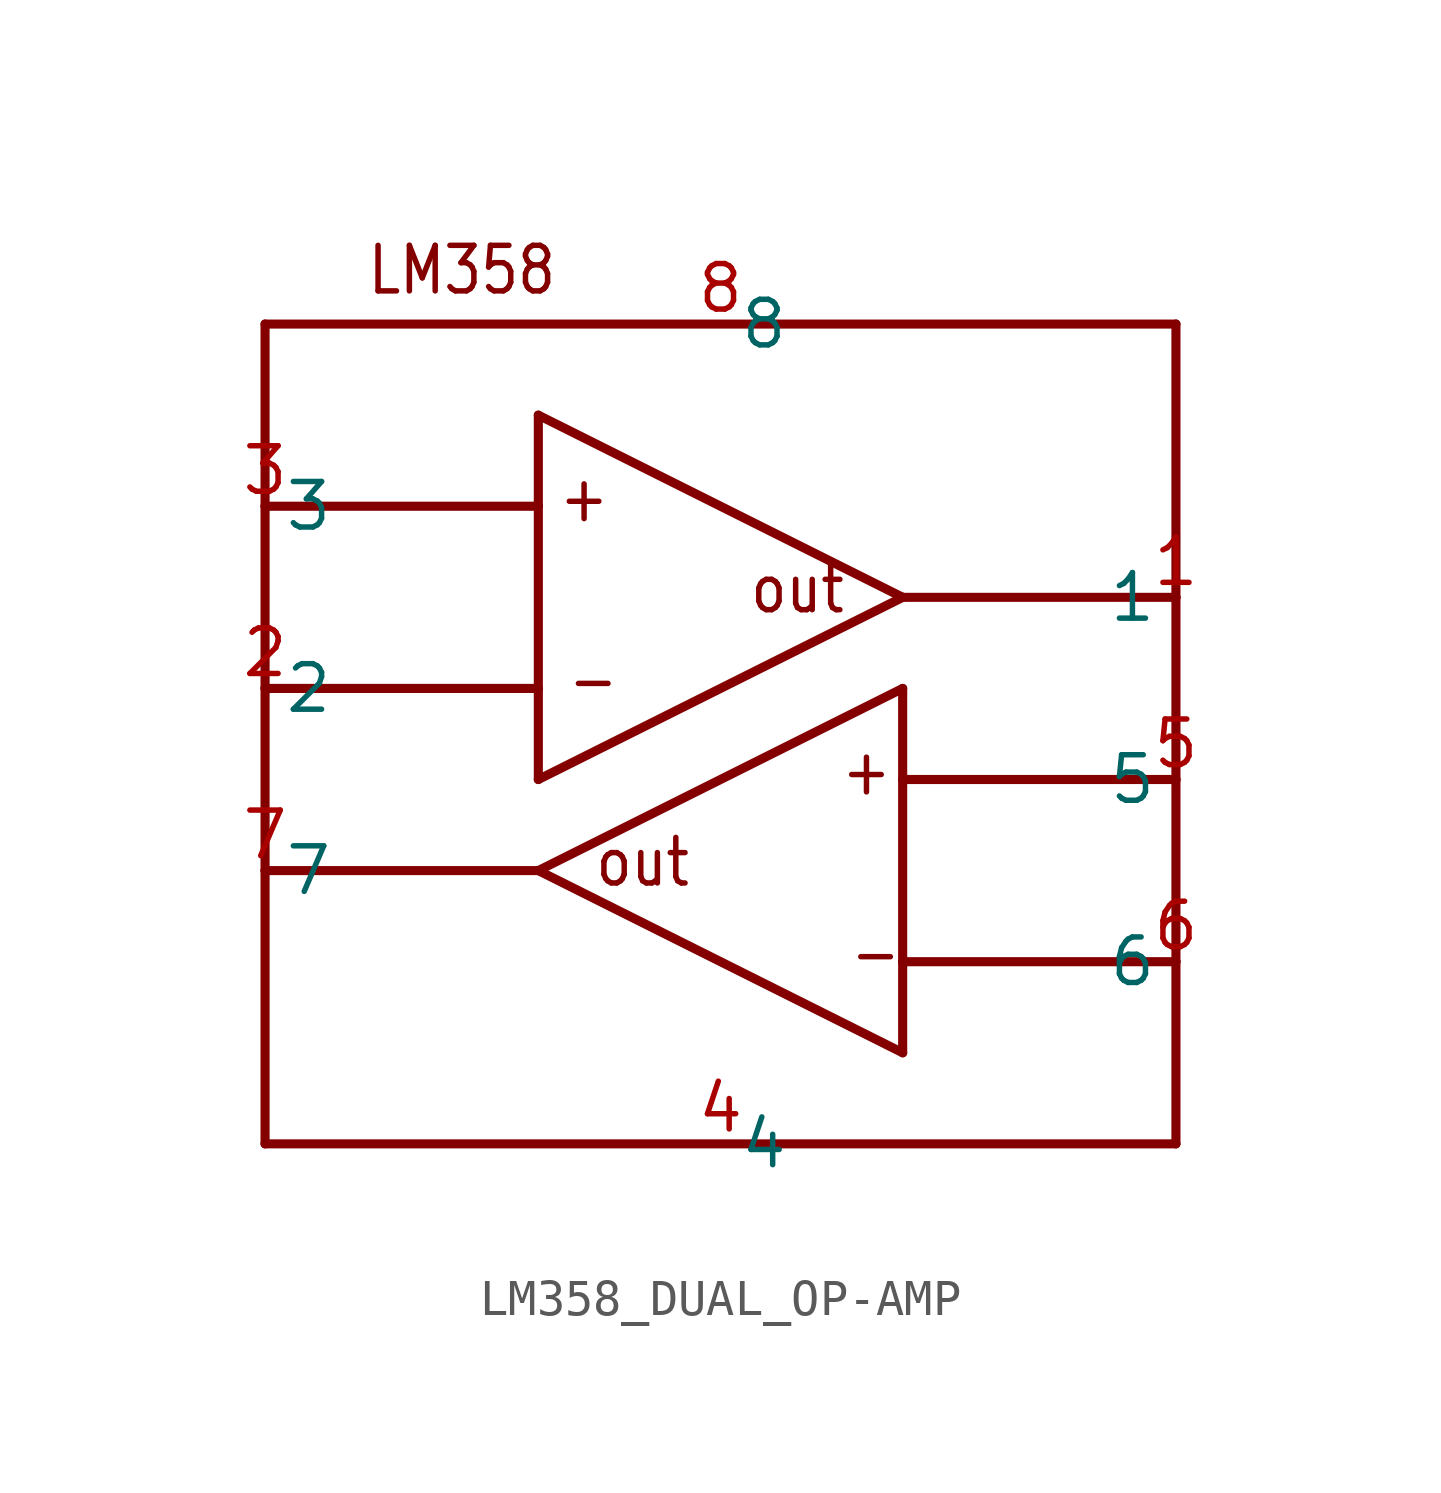
<source format=kicad_sym>
(kicad_symbol_lib
  (version 20220914)
  (generator kicad_symbol_editor)
  (symbol "LM358_DUAL_OP-AMP"
    (property "Reference" ""
      (at 0 0 0)
      (effects (font (size 1.27 1.27)) hide))
    (property "ki_locked" ""
      (at 0 0 0)
      (effects (font (size 1.27 1.27))))
    (symbol "LM358_DUAL_OP-AMP_1_0"
      (polyline (pts (xy -12.7 -10.16) (xy -12.7 -2.54)) (stroke (width 0.254) (type solid)) (fill (type none)))
      (polyline (pts (xy -12.7 -2.54) (xy -12.7 2.54)) (stroke (width 0.254) (type solid)) (fill (type none)))
      (polyline (pts (xy -12.7 -2.54) (xy -5.08 -2.54)) (stroke (width 0.254) (type solid)) (fill (type none)))
      (polyline (pts (xy -12.7 2.54) (xy -12.7 7.62)) (stroke (width 0.254) (type solid)) (fill (type none)))
      (polyline (pts (xy -12.7 2.54) (xy -5.08 2.54)) (stroke (width 0.254) (type solid)) (fill (type none)))
      (polyline (pts (xy -12.7 7.62) (xy -12.7 12.7)) (stroke (width 0.254) (type solid)) (fill (type none)))
      (polyline (pts (xy -12.7 7.62) (xy -5.08 7.62)) (stroke (width 0.254) (type solid)) (fill (type none)))
      (polyline (pts (xy -12.7 12.7) (xy 12.7 12.7)) (stroke (width 0.254) (type solid)) (fill (type none)))
      (polyline (pts (xy -5.08 -2.54) (xy 5.08 2.54)) (stroke (width 0.254) (type solid)) (fill (type none)))
      (polyline (pts (xy -5.08 0) (xy -5.08 2.54)) (stroke (width 0.254) (type solid)) (fill (type none)))
      (polyline (pts (xy -5.08 2.54) (xy -5.08 7.62)) (stroke (width 0.254) (type solid)) (fill (type none)))
      (polyline (pts (xy -5.08 7.62) (xy -5.08 10.16)) (stroke (width 0.254) (type solid)) (fill (type none)))
      (polyline (pts (xy -5.08 10.16) (xy 5.08 5.08)) (stroke (width 0.254) (type solid)) (fill (type none)))
      (polyline (pts (xy 5.08 -7.62) (xy -5.08 -2.54)) (stroke (width 0.254) (type solid)) (fill (type none)))
      (polyline (pts (xy 5.08 -5.08) (xy 5.08 -7.62)) (stroke (width 0.254) (type solid)) (fill (type none)))
      (polyline (pts (xy 5.08 -5.08) (xy 12.7 -5.08)) (stroke (width 0.254) (type solid)) (fill (type none)))
      (polyline (pts (xy 5.08 0) (xy 5.08 -5.08)) (stroke (width 0.254) (type solid)) (fill (type none)))
      (polyline (pts (xy 5.08 0) (xy 12.7 0)) (stroke (width 0.254) (type solid)) (fill (type none)))
      (polyline (pts (xy 5.08 2.54) (xy 5.08 0)) (stroke (width 0.254) (type solid)) (fill (type none)))
      (polyline (pts (xy 5.08 5.08) (xy -5.08 0)) (stroke (width 0.254) (type solid)) (fill (type none)))
      (polyline (pts (xy 5.08 5.08) (xy 12.7 5.08)) (stroke (width 0.254) (type solid)) (fill (type none)))
      (polyline (pts (xy 12.7 -10.16) (xy -12.7 -10.16)) (stroke (width 0.254) (type solid)) (fill (type none)))
      (polyline (pts (xy 12.7 -5.08) (xy 12.7 -10.16)) (stroke (width 0.254) (type solid)) (fill (type none)))
      (polyline (pts (xy 12.7 0) (xy 12.7 -5.08)) (stroke (width 0.254) (type solid)) (fill (type none)))
      (polyline (pts (xy 12.7 5.08) (xy 12.7 0)) (stroke (width 0.254) (type solid)) (fill (type none)))
      (polyline (pts (xy 12.7 12.7) (xy 12.7 5.08)) (stroke (width 0.254) (type solid)) (fill (type none)))
      (text "+" (at -4.572 7.112 0) (effects (font (size 1.27 1.079)) (justify left bottom)))
      (text "+" (at 3.302 -0.508 0) (effects (font (size 1.27 1.079)) (justify left bottom)))
      (text "-" (at -4.318 2.032 0) (effects (font (size 1.27 1.079)) (justify left bottom)))
      (text "-" (at 3.556 -5.588 0) (effects (font (size 1.27 1.079)) (justify left bottom)))
      (text "LM358" (at -9.906 13.462 0) (effects (font (size 1.27 1.079)) (justify left bottom)))
      (text "out" (at -3.556 -3.048 0) (effects (font (size 1.27 1.079)) (justify left bottom)))
      (text "out" (at 0.762 4.572 0) (effects (font (size 1.27 1.079)) (justify left bottom)))
      (pin bidirectional line (at 12.7 5.08 180) (length 0) (name "1" (effects (font (size 1.27 1.27)))) (number "1" (effects (font (size 1.27 1.27)))))
      (pin bidirectional line (at -12.7 2.54 0) (length 0) (name "2" (effects (font (size 1.27 1.27)))) (number "2" (effects (font (size 1.27 1.27)))))
      (pin bidirectional line (at -12.7 7.62 0) (length 0) (name "3" (effects (font (size 1.27 1.27)))) (number "3" (effects (font (size 1.27 1.27)))))
      (pin bidirectional line (at 0 -10.16 0) (length 0) (name "4" (effects (font (size 1.27 1.27)))) (number "4" (effects (font (size 1.27 1.27)))))
      (pin bidirectional line (at 12.7 0 180) (length 0) (name "5" (effects (font (size 1.27 1.27)))) (number "5" (effects (font (size 1.27 1.27)))))
      (pin bidirectional line (at 12.7 -5.08 180) (length 0) (name "6" (effects (font (size 1.27 1.27)))) (number "6" (effects (font (size 1.27 1.27)))))
      (pin bidirectional line (at -12.7 -2.54 0) (length 0) (name "7" (effects (font (size 1.27 1.27)))) (number "7" (effects (font (size 1.27 1.27)))))
      (pin bidirectional line (at 0 12.7 0) (length 0) (name "8" (effects (font (size 1.27 1.27)))) (number "8" (effects (font (size 1.27 1.27))))))))
</source>
